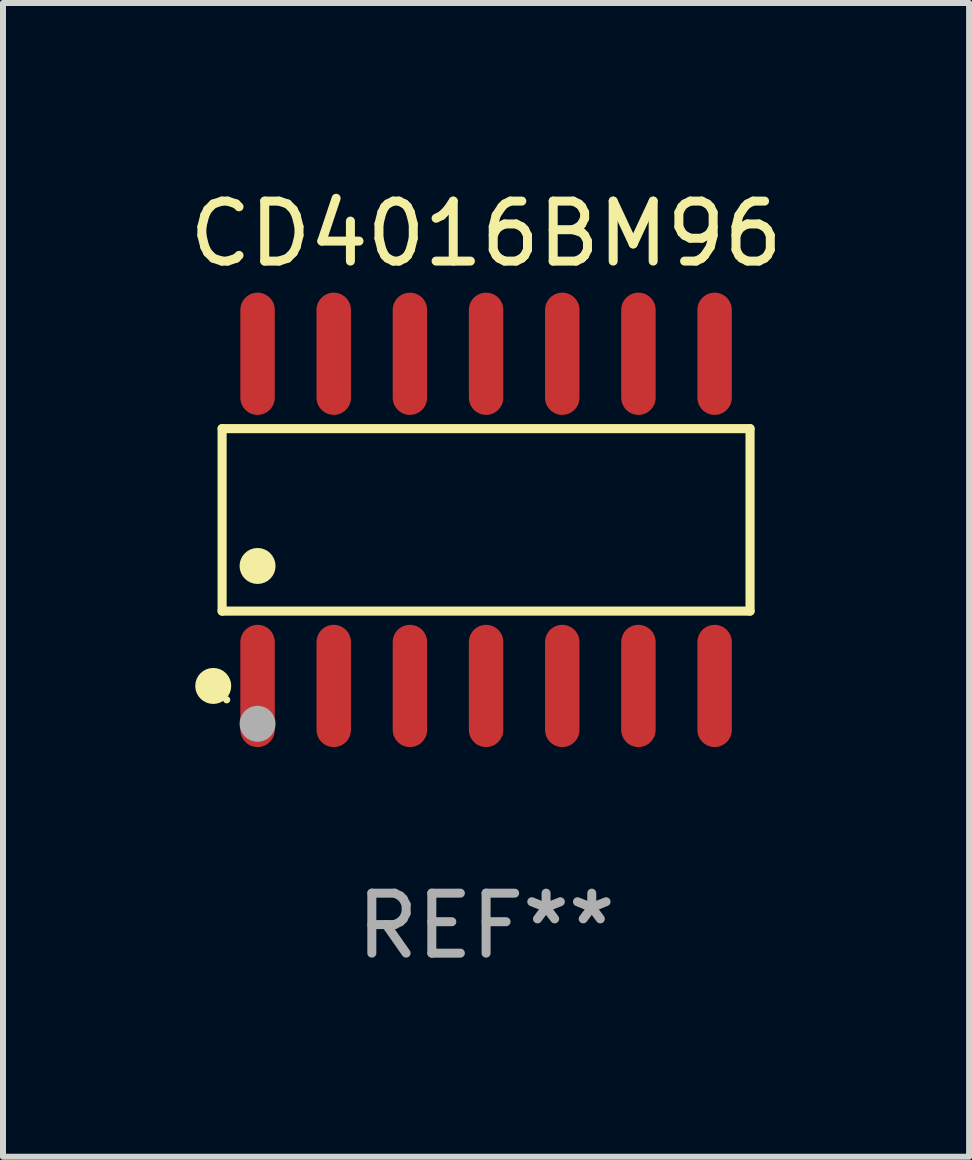
<source format=kicad_pcb>
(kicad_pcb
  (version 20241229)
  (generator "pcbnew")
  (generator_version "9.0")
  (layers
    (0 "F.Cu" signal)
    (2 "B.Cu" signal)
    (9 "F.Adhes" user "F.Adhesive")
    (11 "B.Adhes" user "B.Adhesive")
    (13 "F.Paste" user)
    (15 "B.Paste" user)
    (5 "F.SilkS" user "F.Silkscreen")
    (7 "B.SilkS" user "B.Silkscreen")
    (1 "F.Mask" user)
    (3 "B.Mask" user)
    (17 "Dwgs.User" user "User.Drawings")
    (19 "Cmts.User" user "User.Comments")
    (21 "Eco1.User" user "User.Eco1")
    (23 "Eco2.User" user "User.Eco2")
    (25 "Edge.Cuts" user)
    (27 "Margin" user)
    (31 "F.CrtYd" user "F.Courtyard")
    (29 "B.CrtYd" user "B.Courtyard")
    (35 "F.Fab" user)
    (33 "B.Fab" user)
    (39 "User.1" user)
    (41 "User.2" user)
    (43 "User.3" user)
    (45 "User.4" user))
  (footprint "CD4016BM96"
    (layer "F.Cu")
    (at 5.054 5.617)
    (property "Reference" "CD4016BM96" (at 0 -4.769 0) (layer "F.SilkS") (effects (font (size 1 1) (thickness 0.15))))
    (attr through_hole)
    (fp_line (start -4.401 -1.521) (end 4.401 -1.521) (stroke (width 0.152) (type solid)) (layer "F.SilkS"))
    (fp_line (start -4.401 1.521) (end -4.401 -1.521) (stroke (width 0.152) (type solid)) (layer "F.SilkS"))
    (fp_line (start 4.401 -1.521) (end 4.401 1.521) (stroke (width 0.152) (type solid)) (layer "F.SilkS"))
    (fp_line (start 4.401 1.521) (end -4.401 1.521) (stroke (width 0.152) (type solid)) (layer "F.SilkS"))
    (fp_circle (center -4.549 2.769) (end -4.399 2.769) (stroke (width 0.3) (type solid)) (fill no) (layer "F.SilkS"))
    (fp_circle (center -4.325 3) (end -4.295 3) (stroke (width 0.06) (type solid)) (fill no) (layer "F.SilkS"))
    (fp_circle (center -3.81 0.769) (end -3.66 0.769) (stroke (width 0.3) (type solid)) (fill no) (layer "F.SilkS"))
    (fp_circle (center -3.81 3.4) (end -3.66 3.4) (stroke (width 0.3) (type solid)) (fill no) (layer "F.Fab"))
    (fp_text user "REF**" (at 0 6.769 0) (layer "F.Fab") (effects (font (size 1 1) (thickness 0.15))))
    (pad "1" smd oval (at -3.81 2.769) (size 0.574 2.038) (layers "F.Cu" "F.Mask" "F.Paste"))
    (pad "2" smd oval (at -2.54 2.769) (size 0.574 2.038) (layers "F.Cu" "F.Mask" "F.Paste"))
    (pad "3" smd oval (at -1.27 2.769) (size 0.574 2.038) (layers "F.Cu" "F.Mask" "F.Paste"))
    (pad "4" smd oval (at 0 2.769) (size 0.574 2.038) (layers "F.Cu" "F.Mask" "F.Paste"))
    (pad "5" smd oval (at 1.27 2.769) (size 0.574 2.038) (layers "F.Cu" "F.Mask" "F.Paste"))
    (pad "6" smd oval (at 2.54 2.769) (size 0.574 2.038) (layers "F.Cu" "F.Mask" "F.Paste"))
    (pad "7" smd oval (at 3.81 2.769) (size 0.574 2.038) (layers "F.Cu" "F.Mask" "F.Paste"))
    (pad "8" smd oval (at 3.81 -2.769) (size 0.574 2.038) (layers "F.Cu" "F.Mask" "F.Paste"))
    (pad "9" smd oval (at 2.54 -2.769) (size 0.574 2.038) (layers "F.Cu" "F.Mask" "F.Paste"))
    (pad "10" smd oval (at 1.27 -2.769) (size 0.574 2.038) (layers "F.Cu" "F.Mask" "F.Paste"))
    (pad "11" smd oval (at 0 -2.769) (size 0.574 2.038) (layers "F.Cu" "F.Mask" "F.Paste"))
    (pad "12" smd oval (at -1.27 -2.769) (size 0.574 2.038) (layers "F.Cu" "F.Mask" "F.Paste"))
    (pad "13" smd oval (at -2.54 -2.769) (size 0.574 2.038) (layers "F.Cu" "F.Mask" "F.Paste"))
    (pad "14" smd oval (at -3.81 -2.769) (size 0.574 2.038) (layers "F.Cu" "F.Mask" "F.Paste")))
  (gr_rect
    (start -3 -3)
    (end 13.107 16.235)
    (stroke (width 0.1) (type default))
    (fill no)
    (layer "Edge.Cuts")))
</source>
